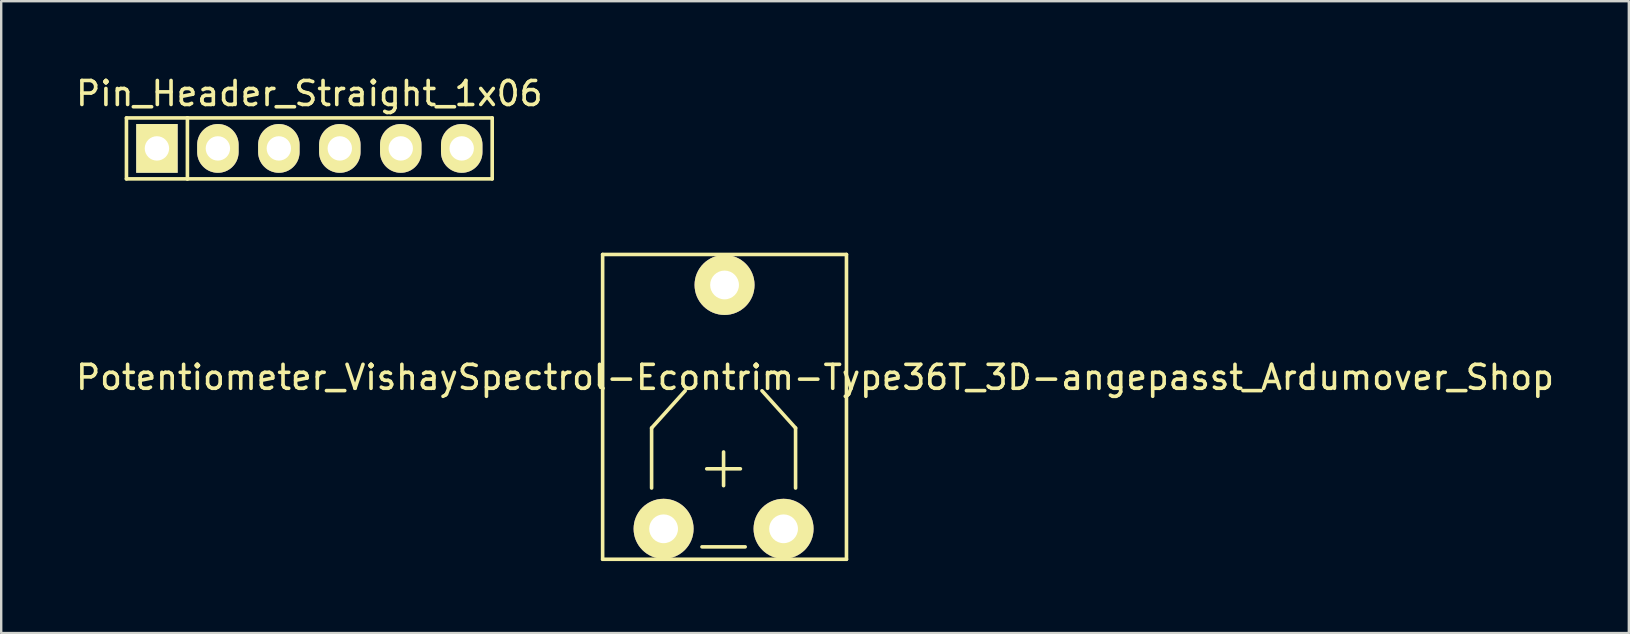
<source format=kicad_pcb>
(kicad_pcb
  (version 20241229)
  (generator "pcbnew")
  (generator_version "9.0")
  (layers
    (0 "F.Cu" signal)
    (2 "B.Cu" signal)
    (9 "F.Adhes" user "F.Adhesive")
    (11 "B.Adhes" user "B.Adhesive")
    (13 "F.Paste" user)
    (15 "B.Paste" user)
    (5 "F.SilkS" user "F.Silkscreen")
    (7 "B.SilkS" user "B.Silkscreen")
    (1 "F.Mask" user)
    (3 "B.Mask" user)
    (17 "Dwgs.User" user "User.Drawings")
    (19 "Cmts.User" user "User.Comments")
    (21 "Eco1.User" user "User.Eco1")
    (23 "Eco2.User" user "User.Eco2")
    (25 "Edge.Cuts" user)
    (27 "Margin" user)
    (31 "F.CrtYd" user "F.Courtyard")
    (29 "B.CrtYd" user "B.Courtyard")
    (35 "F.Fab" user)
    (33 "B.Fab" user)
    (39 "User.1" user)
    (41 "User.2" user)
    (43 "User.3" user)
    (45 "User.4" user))
  (footprint "Pin_Header_Straight_1x06"
    (layer "F.Cu")
    (at 9.839 3.134)
    (property "Reference" "Pin_Header_Straight_1x06" (at 0 -2.286 0) (layer "F.SilkS") (effects (font (size 1 1) (thickness 0.15))))
    (attr through_hole)
    (fp_line (start -7.62 -1.27) (end -7.62 1.27) (stroke (width 0.15) (type solid)) (layer "F.SilkS"))
    (fp_line (start -7.62 -1.27) (end -5.08 -1.27) (stroke (width 0.15) (type solid)) (layer "F.SilkS"))
    (fp_line (start -7.62 1.27) (end -5.08 1.27) (stroke (width 0.15) (type solid)) (layer "F.SilkS"))
    (fp_line (start -5.08 -1.27) (end -5.08 1.27) (stroke (width 0.15) (type solid)) (layer "F.SilkS"))
    (fp_line (start -5.08 -1.27) (end 7.62 -1.27) (stroke (width 0.15) (type solid)) (layer "F.SilkS"))
    (fp_line (start 7.62 -1.27) (end 7.62 1.27) (stroke (width 0.15) (type solid)) (layer "F.SilkS"))
    (fp_line (start 7.62 1.27) (end -5.08 1.27) (stroke (width 0.15) (type solid)) (layer "F.SilkS"))
    (pad "1" thru_hole rect (at -6.35 0) (size 1.727 2.032) (drill 1.016) (layers "*.Cu" "*.Mask" "F.SilkS"))
    (pad "2" thru_hole oval (at -3.81 0) (size 1.727 2.032) (drill 1.016) (layers "*.Cu" "*.Mask" "F.SilkS"))
    (pad "3" thru_hole oval (at -1.27 0) (size 1.727 2.032) (drill 1.016) (layers "*.Cu" "*.Mask" "F.SilkS"))
    (pad "4" thru_hole oval (at 1.27 0) (size 1.727 2.032) (drill 1.016) (layers "*.Cu" "*.Mask" "F.SilkS"))
    (pad "5" thru_hole oval (at 3.81 0) (size 1.727 2.032) (drill 1.016) (layers "*.Cu" "*.Mask" "F.SilkS"))
    (pad "6" thru_hole oval (at 6.35 0) (size 1.727 2.032) (drill 1.016) (layers "*.Cu" "*.Mask" "F.SilkS")))
  (footprint "Potentiometer_VishaySpectrol-Econtrim-Type36T_3D-angepasst_Ardumover_Shop"
    (layer "F.Cu")
    (at 27.141 18.984)
    (property "Reference" "Potentiometer_VishaySpectrol-Econtrim-Type36T_3D-angepasst_Ardumover_Shop" (at 3.769 -6.309 0) (layer "F.SilkS") (effects (font (size 1 1) (thickness 0.15))))
    (attr through_hole)
    (fp_line (start -5.08 -11.43) (end 5.08 -11.43) (stroke (width 0.15) (type solid)) (layer "F.SilkS"))
    (fp_line (start -5.08 1.27) (end -5.08 -11.43) (stroke (width 0.15) (type solid)) (layer "F.SilkS"))
    (fp_line (start -3.04 -4.199) (end -3.04 -1.699) (stroke (width 0.15) (type solid)) (layer "F.SilkS"))
    (fp_line (start -1.641 -5.751) (end -3.04 -4.199) (stroke (width 0.15) (type solid)) (layer "F.SilkS"))
    (fp_line (start -0.94 0.752) (end 0.859 0.752) (stroke (width 0.15) (type solid)) (layer "F.SilkS"))
    (fp_line (start -0.742 -2.499) (end 0.66 -2.499) (stroke (width 0.15) (type solid)) (layer "F.SilkS"))
    (fp_line (start -0.041 -1.798) (end -0.041 -3.2) (stroke (width 0.15) (type solid)) (layer "F.SilkS"))
    (fp_line (start 1.56 -5.751) (end 2.959 -4.199) (stroke (width 0.15) (type solid)) (layer "F.SilkS"))
    (fp_line (start 2.959 -4.199) (end 2.959 -1.699) (stroke (width 0.15) (type solid)) (layer "F.SilkS"))
    (fp_line (start 5.08 -11.43) (end 5.08 1.27) (stroke (width 0.15) (type solid)) (layer "F.SilkS"))
    (fp_line (start 5.08 1.27) (end -5.08 1.27) (stroke (width 0.15) (type solid)) (layer "F.SilkS"))
    (pad "1" thru_hole circle (at -2.54 0) (size 2.499 2.499) (drill 1.199) (layers "*.Cu" "*.Mask" "F.SilkS"))
    (pad "2" thru_hole circle (at 0 -10.16) (size 2.499 2.499) (drill 1.199) (layers "*.Cu" "*.Mask" "F.SilkS"))
    (pad "3" thru_hole circle (at 2.459 0) (size 2.499 2.499) (drill 1.199) (layers "*.Cu" "*.Mask" "F.SilkS")))
  (gr_rect
    (start -3 -3)
    (end 64.821 23.329)
    (stroke (width 0.1) (type default))
    (fill no)
    (layer "Edge.Cuts")))
</source>
